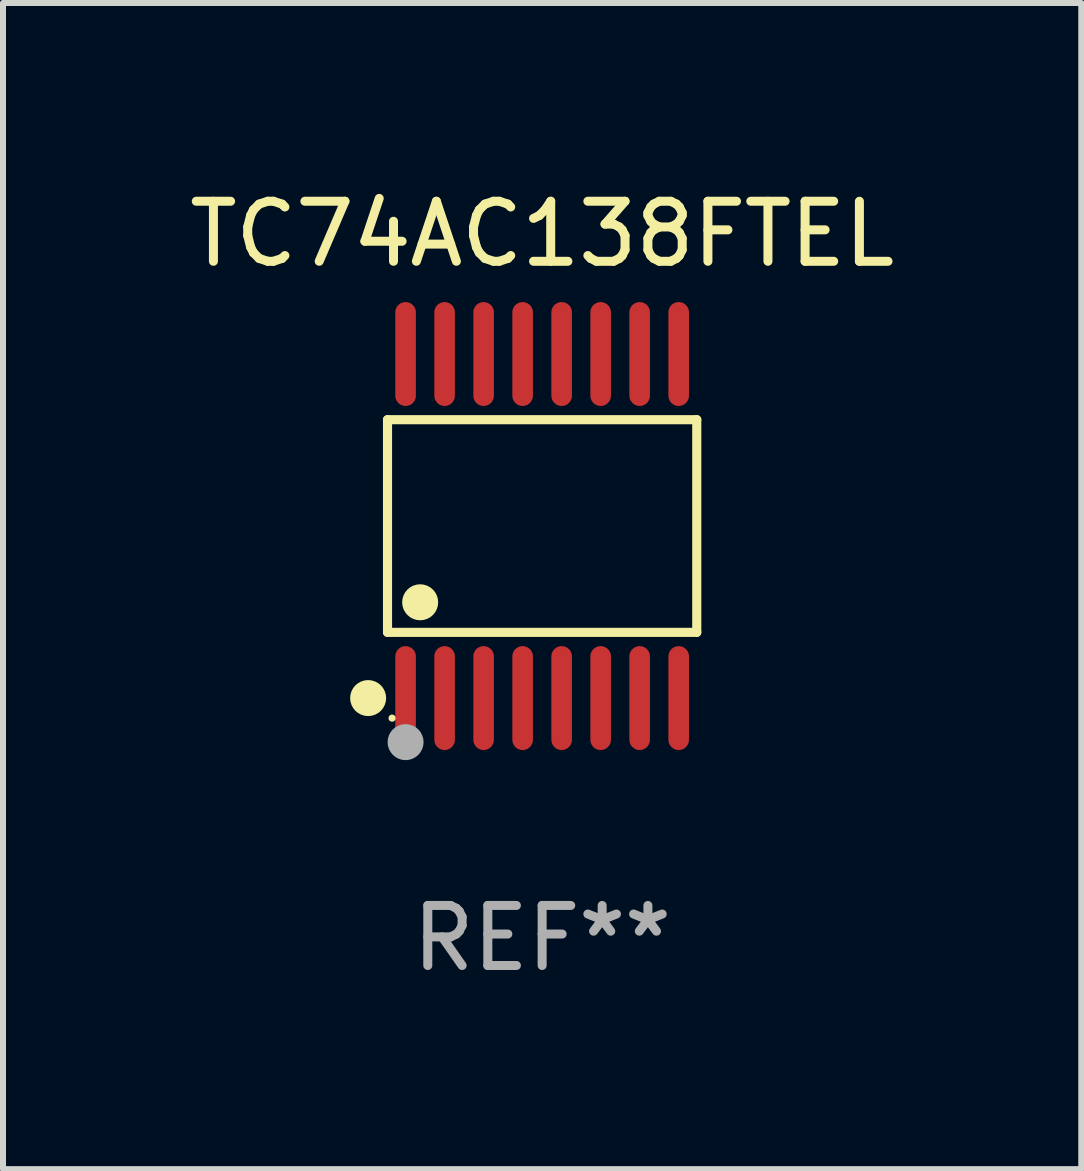
<source format=kicad_pcb>
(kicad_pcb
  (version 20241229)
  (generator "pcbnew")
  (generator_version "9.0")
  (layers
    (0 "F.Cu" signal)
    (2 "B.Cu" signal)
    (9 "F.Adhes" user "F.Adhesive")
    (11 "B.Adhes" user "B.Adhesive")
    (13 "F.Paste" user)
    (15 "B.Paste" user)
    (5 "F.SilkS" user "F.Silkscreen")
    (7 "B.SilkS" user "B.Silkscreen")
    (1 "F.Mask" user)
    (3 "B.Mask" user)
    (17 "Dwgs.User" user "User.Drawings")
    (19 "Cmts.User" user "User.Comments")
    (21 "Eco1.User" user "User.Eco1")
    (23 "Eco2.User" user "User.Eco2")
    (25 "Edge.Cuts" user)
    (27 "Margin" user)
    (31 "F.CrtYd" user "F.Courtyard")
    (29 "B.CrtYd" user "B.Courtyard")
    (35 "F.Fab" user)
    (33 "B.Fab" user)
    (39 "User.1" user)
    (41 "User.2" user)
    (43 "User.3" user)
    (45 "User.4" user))
  (footprint "TC74AC138FTEL"
    (layer "F.Cu")
    (at 5.982 5.714)
    (property "Reference" "TC74AC138FTEL" (at 0 -4.866 0) (layer "F.SilkS") (effects (font (size 1 1) (thickness 0.15))))
    (attr through_hole)
    (fp_line (start -2.576 -1.772) (end 2.576 -1.772) (stroke (width 0.152) (type solid)) (layer "F.SilkS"))
    (fp_line (start -2.576 1.771) (end -2.576 -1.772) (stroke (width 0.152) (type solid)) (layer "F.SilkS"))
    (fp_line (start 2.576 -1.772) (end 2.576 1.771) (stroke (width 0.152) (type solid)) (layer "F.SilkS"))
    (fp_line (start 2.576 1.771) (end -2.576 1.771) (stroke (width 0.152) (type solid)) (layer "F.SilkS"))
    (fp_circle (center -2.899 2.866) (end -2.749 2.866) (stroke (width 0.3) (type solid)) (fill no) (layer "F.SilkS"))
    (fp_circle (center -2.5 3.2) (end -2.47 3.2) (stroke (width 0.06) (type solid)) (fill no) (layer "F.SilkS"))
    (fp_circle (center -2.032 1.27) (end -1.882 1.27) (stroke (width 0.3) (type solid)) (fill no) (layer "F.SilkS"))
    (fp_circle (center -2.275 3.6) (end -2.125 3.6) (stroke (width 0.3) (type solid)) (fill no) (layer "F.Fab"))
    (fp_text user "REF**" (at 0 6.866 0) (layer "F.Fab") (effects (font (size 1 1) (thickness 0.15))))
    (pad "1" smd oval (at -2.275 2.866) (size 0.343 1.731) (layers "F.Cu" "F.Mask" "F.Paste"))
    (pad "2" smd oval (at -1.625 2.866) (size 0.343 1.731) (layers "F.Cu" "F.Mask" "F.Paste"))
    (pad "3" smd oval (at -0.975 2.866) (size 0.343 1.731) (layers "F.Cu" "F.Mask" "F.Paste"))
    (pad "4" smd oval (at -0.325 2.866) (size 0.343 1.731) (layers "F.Cu" "F.Mask" "F.Paste"))
    (pad "5" smd oval (at 0.325 2.866) (size 0.343 1.731) (layers "F.Cu" "F.Mask" "F.Paste"))
    (pad "6" smd oval (at 0.975 2.866) (size 0.343 1.731) (layers "F.Cu" "F.Mask" "F.Paste"))
    (pad "7" smd oval (at 1.625 2.866) (size 0.343 1.731) (layers "F.Cu" "F.Mask" "F.Paste"))
    (pad "8" smd oval (at 2.275 2.866) (size 0.343 1.731) (layers "F.Cu" "F.Mask" "F.Paste"))
    (pad "9" smd oval (at 2.275 -2.866) (size 0.343 1.731) (layers "F.Cu" "F.Mask" "F.Paste"))
    (pad "10" smd oval (at 1.625 -2.866) (size 0.343 1.731) (layers "F.Cu" "F.Mask" "F.Paste"))
    (pad "11" smd oval (at 0.975 -2.866) (size 0.343 1.731) (layers "F.Cu" "F.Mask" "F.Paste"))
    (pad "12" smd oval (at 0.325 -2.866) (size 0.343 1.731) (layers "F.Cu" "F.Mask" "F.Paste"))
    (pad "13" smd oval (at -0.325 -2.866) (size 0.343 1.731) (layers "F.Cu" "F.Mask" "F.Paste"))
    (pad "14" smd oval (at -0.975 -2.866) (size 0.343 1.731) (layers "F.Cu" "F.Mask" "F.Paste"))
    (pad "15" smd oval (at -1.625 -2.866) (size 0.343 1.731) (layers "F.Cu" "F.Mask" "F.Paste"))
    (pad "16" smd oval (at -2.275 -2.866) (size 0.343 1.731) (layers "F.Cu" "F.Mask" "F.Paste")))
  (gr_rect
    (start -3 -3)
    (end 14.964 16.428)
    (stroke (width 0.1) (type default))
    (fill no)
    (layer "Edge.Cuts")))
</source>
